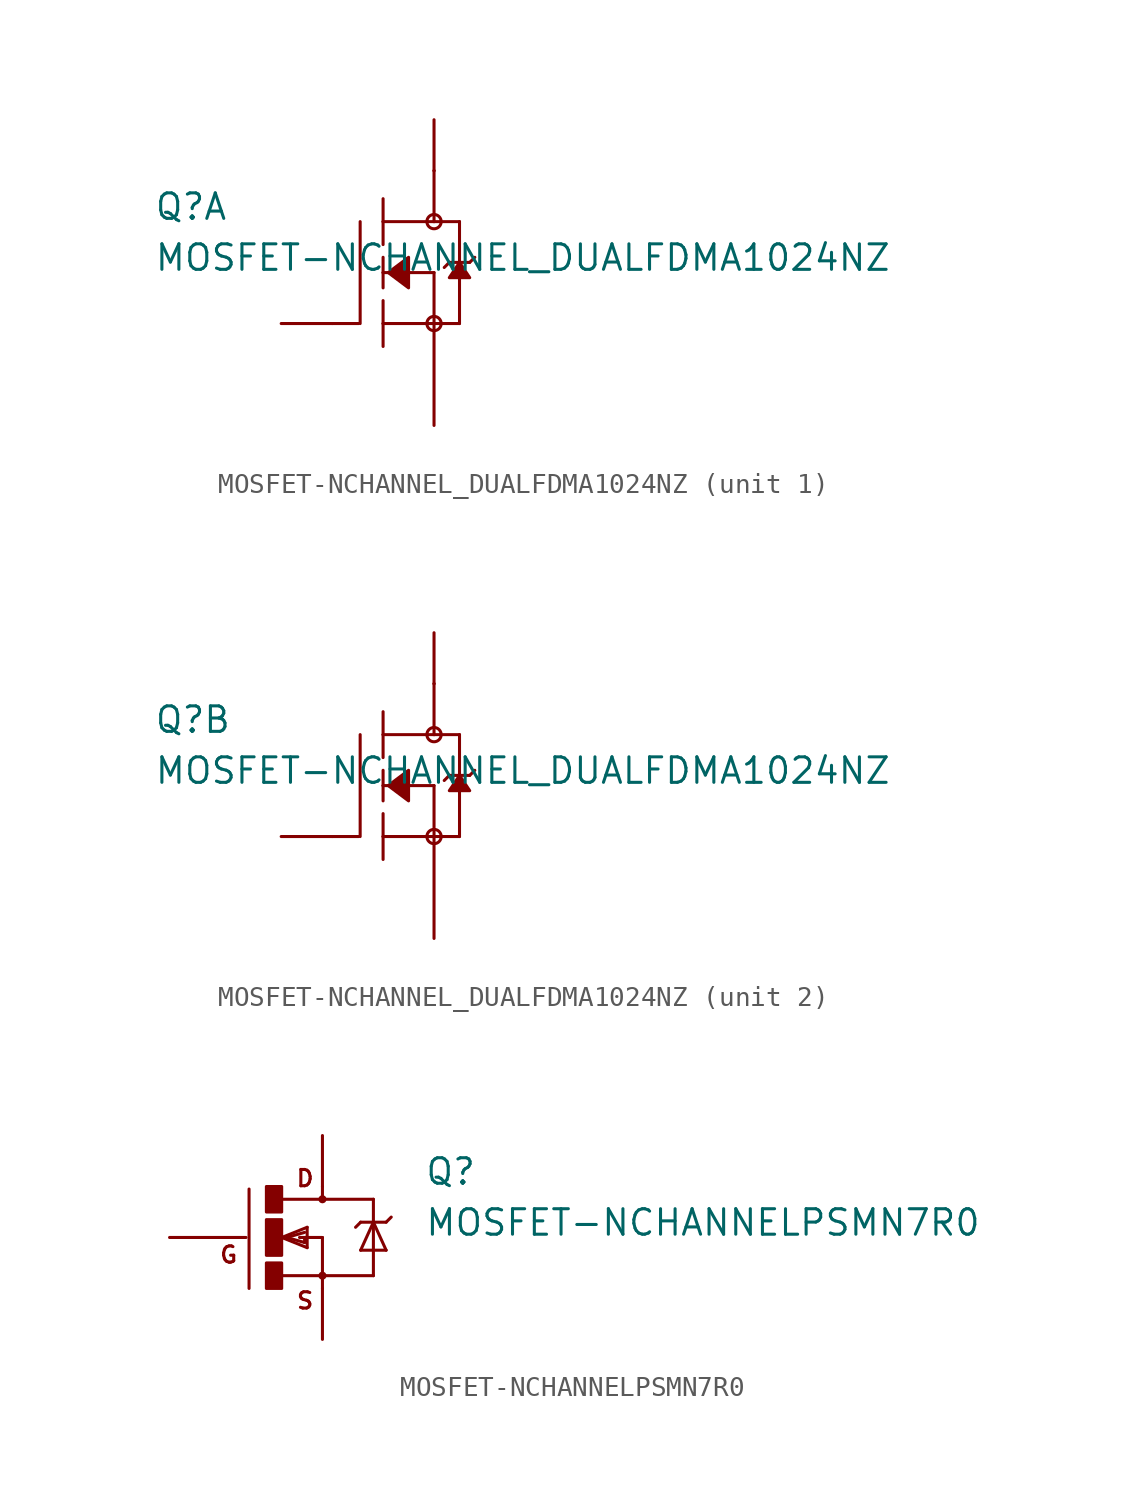
<source format=kicad_sym>
(kicad_symbol_lib
  (version 20211014)
  (generator kicad_symbol_editor)
  (symbol "MOSFET-NCHANNEL_DUALFDMA1024NZ"
    (pin_numbers hide)
    (pin_names
      (offset 1.016) hide)
    (property "Reference" "Q"
      (at -11.43 2.54 0)
      (effects (font (size 1.27 1.27)) (justify left bottom)))
    (property "Value" "MOSFET-NCHANNEL_DUALFDMA1024NZ"
      (at -11.43 0 0)
      (effects (font (size 1.27 1.27)) (justify left bottom)))
    (property "ki_locked" ""
      (at 0 0 0)
      (effects (font (size 1.27 1.27))))
    (symbol "MOSFET-NCHANNEL_DUALFDMA1024NZ_1_0"
      (polyline (pts (xy -2.54 -2.54) (xy -1.219 -2.54)) (stroke (width 0) (type default) (color 0 0 0 0)) (fill (type none)))
      (polyline (pts (xy -1.143 2.54) (xy -1.143 -2.54)) (stroke (width 0) (type default) (color 0 0 0 0)) (fill (type none)))
      (polyline (pts (xy 0 -2.54) (xy 0 -3.683)) (stroke (width 0) (type default) (color 0 0 0 0)) (fill (type none)))
      (polyline (pts (xy 0 -1.397) (xy 0 -2.54)) (stroke (width 0) (type default) (color 0 0 0 0)) (fill (type none)))
      (polyline (pts (xy 0 0) (xy 0 -0.762)) (stroke (width 0) (type default) (color 0 0 0 0)) (fill (type none)))
      (polyline (pts (xy 0 0) (xy 2.54 0)) (stroke (width 0) (type default) (color 0 0 0 0)) (fill (type none)))
      (polyline (pts (xy 0 0.762) (xy 0 0)) (stroke (width 0) (type default) (color 0 0 0 0)) (fill (type none)))
      (polyline (pts (xy 0 2.54) (xy 0 1.397)) (stroke (width 0) (type default) (color 0 0 0 0)) (fill (type none)))
      (polyline (pts (xy 0 2.54) (xy 2.54 2.54)) (stroke (width 0) (type default) (color 0 0 0 0)) (fill (type none)))
      (polyline (pts (xy 0 3.683) (xy 0 2.54)) (stroke (width 0) (type default) (color 0 0 0 0)) (fill (type none)))
      (polyline (pts (xy 2.54 -2.54) (xy 0 -2.54)) (stroke (width 0) (type default) (color 0 0 0 0)) (fill (type none)))
      (polyline (pts (xy 2.54 -2.54) (xy 3.81 -2.54)) (stroke (width 0) (type default) (color 0 0 0 0)) (fill (type none)))
      (polyline (pts (xy 2.54 0) (xy 2.54 -2.54)) (stroke (width 0) (type default) (color 0 0 0 0)) (fill (type none)))
      (polyline (pts (xy 2.54 2.54) (xy 2.54 5.08)) (stroke (width 0) (type default) (color 0 0 0 0)) (fill (type none)))
      (polyline (pts (xy 2.54 2.54) (xy 3.81 2.54)) (stroke (width 0) (type default) (color 0 0 0 0)) (fill (type none)))
      (polyline (pts (xy 3.302 0.508) (xy 3.048 0.254)) (stroke (width 0) (type default) (color 0 0 0 0)) (fill (type none)))
      (polyline (pts (xy 3.81 0.508) (xy 3.302 0.508)) (stroke (width 0) (type default) (color 0 0 0 0)) (fill (type none)))
      (polyline (pts (xy 3.81 0.508) (xy 3.81 -2.54)) (stroke (width 0) (type default) (color 0 0 0 0)) (fill (type none)))
      (polyline (pts (xy 3.81 2.54) (xy 3.81 0.508)) (stroke (width 0) (type default) (color 0 0 0 0)) (fill (type none)))
      (polyline (pts (xy 4.318 0.508) (xy 3.81 0.508)) (stroke (width 0) (type default) (color 0 0 0 0)) (fill (type none)))
      (polyline (pts (xy 4.572 0.762) (xy 4.318 0.508)) (stroke (width 0) (type default) (color 0 0 0 0)) (fill (type none))))
    (symbol "MOSFET-NCHANNEL_DUALFDMA1024NZ_1_1"
      (polyline (pts (xy 0.254 0) (xy 1.27 0.762) (xy 1.27 0.762) (xy 1.27 -0.762) (xy 1.27 -0.762) (xy 0.254 0)) (stroke (width 0) (type default) (color 0 0 0 0)) (fill (type outline)))
      (polyline (pts (xy 3.81 0.508) (xy 3.302 -0.254) (xy 3.302 -0.254) (xy 4.318 -0.254) (xy 4.318 -0.254) (xy 3.81 0.508)) (stroke (width 0) (type default) (color 0 0 0 0)) (fill (type outline)))
      (circle (center 2.54 -2.54) (radius 0.356) (stroke (width 0) (type default) (color 0 0 0 0)) (fill (type none)))
      (circle (center 2.54 2.54) (radius 0.356) (stroke (width 0) (type default) (color 0 0 0 0)) (fill (type none)))
      (pin passive line (at 2.54 5.08 180) (length 0) (name "D" (effects (font (size 1.016 1.016)))) (number "D1" (effects (font (size 1.016 1.016)))))
      (pin passive line (at 2.54 7.62 270) (length 2.54) (name "D1" (effects (font (size 1.016 1.016)))) (number "D1_2" (effects (font (size 1.016 1.016)))))
      (pin passive line (at -5.08 -2.54 0) (length 2.54) (name "G" (effects (font (size 1.016 1.016)))) (number "G1" (effects (font (size 1.016 1.016)))))
      (pin passive line (at 2.54 -7.62 90) (length 5.08) (name "S" (effects (font (size 1.016 1.016)))) (number "S1" (effects (font (size 1.016 1.016))))))
    (symbol "MOSFET-NCHANNEL_DUALFDMA1024NZ_2_0"
      (polyline (pts (xy -2.54 -2.54) (xy -1.219 -2.54)) (stroke (width 0) (type default) (color 0 0 0 0)) (fill (type none)))
      (polyline (pts (xy -1.143 2.54) (xy -1.143 -2.54)) (stroke (width 0) (type default) (color 0 0 0 0)) (fill (type none)))
      (polyline (pts (xy 0 -2.54) (xy 0 -3.683)) (stroke (width 0) (type default) (color 0 0 0 0)) (fill (type none)))
      (polyline (pts (xy 0 -1.397) (xy 0 -2.54)) (stroke (width 0) (type default) (color 0 0 0 0)) (fill (type none)))
      (polyline (pts (xy 0 0) (xy 0 -0.762)) (stroke (width 0) (type default) (color 0 0 0 0)) (fill (type none)))
      (polyline (pts (xy 0 0) (xy 2.54 0)) (stroke (width 0) (type default) (color 0 0 0 0)) (fill (type none)))
      (polyline (pts (xy 0 0.762) (xy 0 0)) (stroke (width 0) (type default) (color 0 0 0 0)) (fill (type none)))
      (polyline (pts (xy 0 2.54) (xy 0 1.397)) (stroke (width 0) (type default) (color 0 0 0 0)) (fill (type none)))
      (polyline (pts (xy 0 2.54) (xy 2.54 2.54)) (stroke (width 0) (type default) (color 0 0 0 0)) (fill (type none)))
      (polyline (pts (xy 0 3.683) (xy 0 2.54)) (stroke (width 0) (type default) (color 0 0 0 0)) (fill (type none)))
      (polyline (pts (xy 2.54 -2.54) (xy 0 -2.54)) (stroke (width 0) (type default) (color 0 0 0 0)) (fill (type none)))
      (polyline (pts (xy 2.54 -2.54) (xy 3.81 -2.54)) (stroke (width 0) (type default) (color 0 0 0 0)) (fill (type none)))
      (polyline (pts (xy 2.54 0) (xy 2.54 -2.54)) (stroke (width 0) (type default) (color 0 0 0 0)) (fill (type none)))
      (polyline (pts (xy 2.54 2.54) (xy 2.54 5.08)) (stroke (width 0) (type default) (color 0 0 0 0)) (fill (type none)))
      (polyline (pts (xy 2.54 2.54) (xy 3.81 2.54)) (stroke (width 0) (type default) (color 0 0 0 0)) (fill (type none)))
      (polyline (pts (xy 3.302 0.508) (xy 3.048 0.254)) (stroke (width 0) (type default) (color 0 0 0 0)) (fill (type none)))
      (polyline (pts (xy 3.81 0.508) (xy 3.302 0.508)) (stroke (width 0) (type default) (color 0 0 0 0)) (fill (type none)))
      (polyline (pts (xy 3.81 0.508) (xy 3.81 -2.54)) (stroke (width 0) (type default) (color 0 0 0 0)) (fill (type none)))
      (polyline (pts (xy 3.81 2.54) (xy 3.81 0.508)) (stroke (width 0) (type default) (color 0 0 0 0)) (fill (type none)))
      (polyline (pts (xy 4.318 0.508) (xy 3.81 0.508)) (stroke (width 0) (type default) (color 0 0 0 0)) (fill (type none)))
      (polyline (pts (xy 4.572 0.762) (xy 4.318 0.508)) (stroke (width 0) (type default) (color 0 0 0 0)) (fill (type none))))
    (symbol "MOSFET-NCHANNEL_DUALFDMA1024NZ_2_1"
      (polyline (pts (xy 0.254 0) (xy 1.27 0.762) (xy 1.27 0.762) (xy 1.27 -0.762) (xy 1.27 -0.762) (xy 0.254 0)) (stroke (width 0) (type default) (color 0 0 0 0)) (fill (type outline)))
      (polyline (pts (xy 3.81 0.508) (xy 3.302 -0.254) (xy 3.302 -0.254) (xy 4.318 -0.254) (xy 4.318 -0.254) (xy 3.81 0.508)) (stroke (width 0) (type default) (color 0 0 0 0)) (fill (type outline)))
      (circle (center 2.54 -2.54) (radius 0.356) (stroke (width 0) (type default) (color 0 0 0 0)) (fill (type none)))
      (circle (center 2.54 2.54) (radius 0.356) (stroke (width 0) (type default) (color 0 0 0 0)) (fill (type none)))
      (pin passive line (at 2.54 5.08 180) (length 0) (name "D" (effects (font (size 1.016 1.016)))) (number "D2" (effects (font (size 1.016 1.016)))))
      (pin passive line (at 2.54 7.62 270) (length 2.54) (name "D1" (effects (font (size 1.016 1.016)))) (number "D2_2" (effects (font (size 1.016 1.016)))))
      (pin passive line (at -5.08 -2.54 0) (length 2.54) (name "G" (effects (font (size 1.016 1.016)))) (number "G2" (effects (font (size 1.016 1.016)))))
      (pin passive line (at 2.54 -7.62 90) (length 5.08) (name "S" (effects (font (size 1.016 1.016)))) (number "S2" (effects (font (size 1.016 1.016)))))))
  (symbol "MOSFET-NCHANNELPSMN7R0"
    (pin_numbers hide)
    (pin_names
      (offset 1.016) hide)
    (property "Reference" "Q"
      (at 5.08 2.54 0)
      (effects (font (size 1.27 1.27)) (justify left bottom)))
    (property "Value" "MOSFET-NCHANNELPSMN7R0"
      (at 5.08 0 0)
      (effects (font (size 1.27 1.27)) (justify left bottom)))
    (property "ki_locked" ""
      (at 0 0 0)
      (effects (font (size 1.27 1.27))))
    (symbol "MOSFET-NCHANNELPSMN7R0_1_0"
      (polyline (pts (xy -3.81 0) (xy -5.08 0)) (stroke (width 0) (type default) (color 0 0 0 0)) (fill (type none)))
      (polyline (pts (xy -3.658 2.413) (xy -3.658 -2.54)) (stroke (width 0) (type default) (color 0 0 0 0)) (fill (type none)))
      (polyline (pts (xy -2.032 -1.905) (xy 0 -1.905)) (stroke (width 0) (type default) (color 0 0 0 0)) (fill (type none)))
      (polyline (pts (xy -2.032 0) (xy -0.762 -0.508)) (stroke (width 0) (type default) (color 0 0 0 0)) (fill (type none)))
      (polyline (pts (xy -1.778 0) (xy -0.889 -0.254)) (stroke (width 0) (type default) (color 0 0 0 0)) (fill (type none)))
      (polyline (pts (xy -0.889 -0.254) (xy -0.889 0)) (stroke (width 0) (type default) (color 0 0 0 0)) (fill (type none)))
      (polyline (pts (xy -0.889 0) (xy -1.143 0)) (stroke (width 0) (type default) (color 0 0 0 0)) (fill (type none)))
      (polyline (pts (xy -0.889 0) (xy 0 0)) (stroke (width 0) (type default) (color 0 0 0 0)) (fill (type none)))
      (polyline (pts (xy -0.889 0.254) (xy -1.778 0)) (stroke (width 0) (type default) (color 0 0 0 0)) (fill (type none)))
      (polyline (pts (xy -0.762 -0.508) (xy -0.762 0.508)) (stroke (width 0) (type default) (color 0 0 0 0)) (fill (type none)))
      (polyline (pts (xy -0.762 0.508) (xy -2.032 0)) (stroke (width 0) (type default) (color 0 0 0 0)) (fill (type none)))
      (polyline (pts (xy 0 -1.905) (xy 0 -2.54)) (stroke (width 0) (type default) (color 0 0 0 0)) (fill (type none)))
      (polyline (pts (xy 0 0) (xy 0 -1.905)) (stroke (width 0) (type default) (color 0 0 0 0)) (fill (type none)))
      (polyline (pts (xy 0 1.905) (xy -2.007 1.905)) (stroke (width 0) (type default) (color 0 0 0 0)) (fill (type none)))
      (polyline (pts (xy 0 1.905) (xy 2.54 1.905)) (stroke (width 0) (type default) (color 0 0 0 0)) (fill (type none)))
      (polyline (pts (xy 0 2.54) (xy 0 1.905)) (stroke (width 0) (type default) (color 0 0 0 0)) (fill (type none)))
      (polyline (pts (xy 1.905 -0.635) (xy 3.175 -0.635)) (stroke (width 0) (type default) (color 0 0 0 0)) (fill (type none)))
      (polyline (pts (xy 1.905 0.762) (xy 1.651 0.508)) (stroke (width 0) (type default) (color 0 0 0 0)) (fill (type none)))
      (polyline (pts (xy 1.905 0.762) (xy 2.54 0.762)) (stroke (width 0) (type default) (color 0 0 0 0)) (fill (type none)))
      (polyline (pts (xy 2.54 -1.905) (xy 0 -1.905)) (stroke (width 0) (type default) (color 0 0 0 0)) (fill (type none)))
      (polyline (pts (xy 2.54 0.762) (xy 1.905 -0.635)) (stroke (width 0) (type default) (color 0 0 0 0)) (fill (type none)))
      (polyline (pts (xy 2.54 0.762) (xy 2.54 -1.905)) (stroke (width 0) (type default) (color 0 0 0 0)) (fill (type none)))
      (polyline (pts (xy 2.54 0.762) (xy 3.175 0.762)) (stroke (width 0) (type default) (color 0 0 0 0)) (fill (type none)))
      (polyline (pts (xy 2.54 1.905) (xy 2.54 0.762)) (stroke (width 0) (type default) (color 0 0 0 0)) (fill (type none)))
      (polyline (pts (xy 3.175 -0.635) (xy 2.54 0.762)) (stroke (width 0) (type default) (color 0 0 0 0)) (fill (type none)))
      (polyline (pts (xy 3.175 0.762) (xy 3.429 1.016)) (stroke (width 0) (type default) (color 0 0 0 0)) (fill (type none)))
      (text "D" (at -0.864 2.946 0) (effects (font (size 0.813 0.813))))
      (text "G" (at -4.674 -0.864 0) (effects (font (size 0.813 0.813))))
      (text "S" (at -0.864 -3.15 0) (effects (font (size 0.813 0.813)))))
    (symbol "MOSFET-NCHANNELPSMN7R0_1_1"
      (rectangle (start -2.794 -2.54) (end -2.032 -1.27) (stroke (width 0) (type default) (color 0 0 0 0)) (fill (type outline)))
      (rectangle (start -2.794 -0.889) (end -2.032 0.889) (stroke (width 0) (type default) (color 0 0 0 0)) (fill (type outline)))
      (rectangle (start -2.794 1.27) (end -2.032 2.54) (stroke (width 0) (type default) (color 0 0 0 0)) (fill (type outline)))
      (circle (center 0 -1.905) (radius 0.127) (stroke (width 0) (type default) (color 0 0 0 0)) (fill (type outline)))
      (circle (center 0 1.905) (radius 0.127) (stroke (width 0) (type default) (color 0 0 0 0)) (fill (type outline)))
      (pin passive line (at -7.62 0 0) (length 2.54) (name "G" (effects (font (size 1.016 1.016)))) (number "1" (effects (font (size 1.016 1.016)))))
      (pin passive line (at 0 5.08 270) (length 2.54) (name "D" (effects (font (size 1.016 1.016)))) (number "2" (effects (font (size 1.016 1.016)))))
      (pin passive line (at 0 -5.08 90) (length 2.54) (name "S" (effects (font (size 1.016 1.016)))) (number "3" (effects (font (size 1.016 1.016))))))))
</source>
